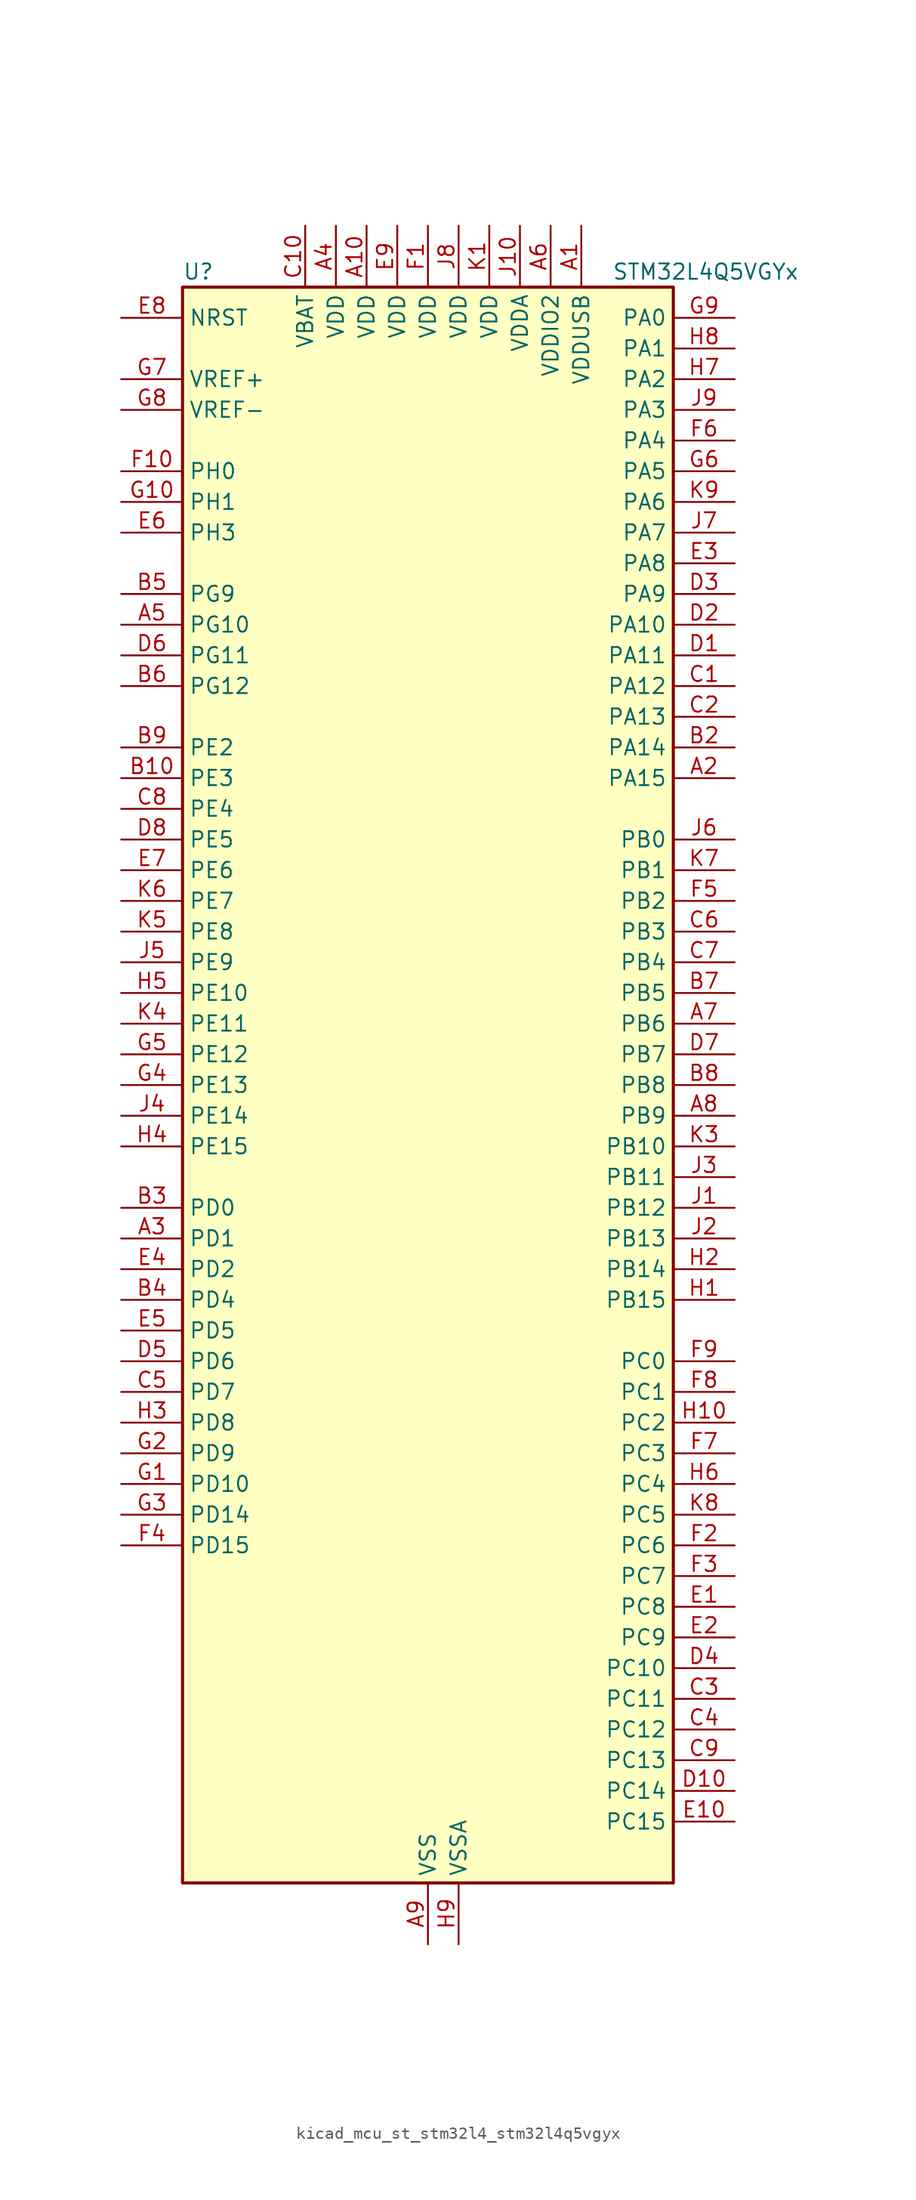
<source format=kicad_sym>
(kicad_symbol_lib
  (version 20220914)
  (generator kicad_symbol_editor)
  (symbol "kicad_mcu_st_stm32l4_stm32l4q5vgyx"
    (property "Reference" "U"
      (at -20.32 67.31 0)
      (effects (font (size 1.27 1.27)) (justify left)))
    (property "Value" "STM32L4Q5VGYx"
      (at 15.24 67.31 0)
      (effects (font (size 1.27 1.27)) (justify left)))
    (property "ki_locked" ""
      (at 0 0 0)
      (effects (font (size 1.27 1.27))))
    (symbol "kicad_mcu_st_stm32l4_stm32l4q5vgyx_0_1"
      (rectangle (start -20.32 -66.04) (end 20.32 66.04) (stroke (width 0.254) (type default)) (fill (type background))))
    (symbol "kicad_mcu_st_stm32l4_stm32l4q5vgyx_1_1"
      (pin power_in line (at 12.7 71.12 270) (length 5.08) (name "VDDUSB" (effects (font (size 1.27 1.27)))) (number "A1" (effects (font (size 1.27 1.27)))))
      (pin power_in line (at -5.08 71.12 270) (length 5.08) (name "VDD" (effects (font (size 1.27 1.27)))) (number "A10" (effects (font (size 1.27 1.27)))))
      (pin bidirectional line (at 25.4 25.4 180) (length 5.08) (name "PA15" (effects (font (size 1.27 1.27)))) (number "A2" (effects (font (size 1.27 1.27)))) (alternate "ADC1_EXTI15" bidirectional line) (alternate "ADC2_EXTI15" bidirectional line) (alternate "LTDC_HSYNC" bidirectional line) (alternate "SAI2_FS_B" bidirectional line) (alternate "SPI1_NSS" bidirectional line) (alternate "SPI3_NSS" bidirectional line) (alternate "SYS_JTDI" bidirectional line) (alternate "TIM2_CH1" bidirectional line) (alternate "TIM2_ETR" bidirectional line) (alternate "TSC_G3_IO1" bidirectional line) (alternate "UART4_DE" bidirectional line) (alternate "UART4_RTS" bidirectional line) (alternate "USART2_RX" bidirectional line) (alternate "USART3_DE" bidirectional line) (alternate "USART3_RTS" bidirectional line))
      (pin bidirectional line (at -25.4 -12.7 0) (length 5.08) (name "PD1" (effects (font (size 1.27 1.27)))) (number "A3" (effects (font (size 1.27 1.27)))) (alternate "CAN1_TX" bidirectional line) (alternate "FMC_D3" bidirectional line) (alternate "FMC_DA3" bidirectional line) (alternate "LTDC_B5" bidirectional line) (alternate "SPI2_SCK" bidirectional line))
      (pin power_in line (at -7.62 71.12 270) (length 5.08) (name "VDD" (effects (font (size 1.27 1.27)))) (number "A4" (effects (font (size 1.27 1.27)))))
      (pin bidirectional line (at -25.4 38.1 0) (length 5.08) (name "PG10" (effects (font (size 1.27 1.27)))) (number "A5" (effects (font (size 1.27 1.27)))) (alternate "FMC_NE3" bidirectional line) (alternate "LPTIM1_IN1" bidirectional line) (alternate "OCTOSPIM_P2_IO7" bidirectional line) (alternate "SAI2_FS_A" bidirectional line) (alternate "SDMMC2_D1" bidirectional line) (alternate "SPI3_MISO" bidirectional line) (alternate "TIM15_CH1" bidirectional line) (alternate "USART1_RX" bidirectional line))
      (pin power_in line (at 10.16 71.12 270) (length 5.08) (name "VDDIO2" (effects (font (size 1.27 1.27)))) (number "A6" (effects (font (size 1.27 1.27)))))
      (pin bidirectional line (at 25.4 5.08 180) (length 5.08) (name "PB6" (effects (font (size 1.27 1.27)))) (number "A7" (effects (font (size 1.27 1.27)))) (alternate "COMP2_INP" bidirectional line) (alternate "DCMI_D5" bidirectional line) (alternate "I2C1_SCL" bidirectional line) (alternate "I2C4_SCL" bidirectional line) (alternate "LPTIM1_ETR" bidirectional line) (alternate "LTDC_R6" bidirectional line) (alternate "PSSI_D5" bidirectional line) (alternate "SAI1_FS_B" bidirectional line) (alternate "TIM16_CH1N" bidirectional line) (alternate "TIM4_CH1" bidirectional line) (alternate "TIM8_BKIN2" bidirectional line) (alternate "TSC_G2_IO3" bidirectional line) (alternate "USART1_TX" bidirectional line))
      (pin bidirectional line (at 25.4 -2.54 180) (length 5.08) (name "PB9" (effects (font (size 1.27 1.27)))) (number "A8" (effects (font (size 1.27 1.27)))) (alternate "CAN1_TX" bidirectional line) (alternate "DAC1_EXTI9" bidirectional line) (alternate "DCMI_D7" bidirectional line) (alternate "I2C1_SDA" bidirectional line) (alternate "IR_OUT" bidirectional line) (alternate "PSSI_D7" bidirectional line) (alternate "SAI1_D2" bidirectional line) (alternate "SAI1_FS_A" bidirectional line) (alternate "SDMMC1_CDIR" bidirectional line) (alternate "SDMMC1_D5" bidirectional line) (alternate "SDMMC2_D5" bidirectional line) (alternate "SPI2_NSS" bidirectional line) (alternate "TIM17_CH1" bidirectional line) (alternate "TIM4_CH4" bidirectional line))
      (pin power_in line (at 0 -71.12 90) (length 5.08) (name "VSS" (effects (font (size 1.27 1.27)))) (number "A9" (effects (font (size 1.27 1.27)))))
      (pin passive line (at 0 -71.12 90) (length 5.08) hide (name "VSS" (effects (font (size 1.27 1.27)))) (number "B1" (effects (font (size 1.27 1.27)))))
      (pin bidirectional line (at -25.4 25.4 0) (length 5.08) (name "PE3" (effects (font (size 1.27 1.27)))) (number "B10" (effects (font (size 1.27 1.27)))) (alternate "FMC_A19" bidirectional line) (alternate "LTDC_R6" bidirectional line) (alternate "OCTOSPIM_P1_DQS" bidirectional line) (alternate "SAI1_SD_B" bidirectional line) (alternate "SYS_TRACED0" bidirectional line) (alternate "TIM3_CH1" bidirectional line) (alternate "TSC_G7_IO2" bidirectional line))
      (pin bidirectional line (at 25.4 27.94 180) (length 5.08) (name "PA14" (effects (font (size 1.27 1.27)))) (number "B2" (effects (font (size 1.27 1.27)))) (alternate "I2C1_SMBA" bidirectional line) (alternate "I2C4_SMBA" bidirectional line) (alternate "LPTIM1_OUT" bidirectional line) (alternate "SAI1_FS_B" bidirectional line) (alternate "SYS_JTCK-SWCLK" bidirectional line) (alternate "USB_OTG_FS_SOF" bidirectional line))
      (pin bidirectional line (at -25.4 -10.16 0) (length 5.08) (name "PD0" (effects (font (size 1.27 1.27)))) (number "B3" (effects (font (size 1.27 1.27)))) (alternate "CAN1_RX" bidirectional line) (alternate "FMC_D2" bidirectional line) (alternate "FMC_DA2" bidirectional line) (alternate "LTDC_B4" bidirectional line) (alternate "SPI2_NSS" bidirectional line))
      (pin bidirectional line (at -25.4 -17.78 0) (length 5.08) (name "PD4" (effects (font (size 1.27 1.27)))) (number "B4" (effects (font (size 1.27 1.27)))) (alternate "DFSDM1_CKIN0" bidirectional line) (alternate "FMC_NOE" bidirectional line) (alternate "OCTOSPIM_P1_IO4" bidirectional line) (alternate "SDMMC2_CKIN" bidirectional line) (alternate "SPI2_MOSI" bidirectional line) (alternate "USART2_DE" bidirectional line) (alternate "USART2_RTS" bidirectional line))
      (pin bidirectional line (at -25.4 40.64 0) (length 5.08) (name "PG9" (effects (font (size 1.27 1.27)))) (number "B5" (effects (font (size 1.27 1.27)))) (alternate "DAC1_EXTI9" bidirectional line) (alternate "FMC_NCE" bidirectional line) (alternate "FMC_NE2" bidirectional line) (alternate "OCTOSPIM_P2_IO6" bidirectional line) (alternate "SAI2_SCK_A" bidirectional line) (alternate "SDMMC2_D0" bidirectional line) (alternate "SPI3_SCK" bidirectional line) (alternate "TIM15_CH1N" bidirectional line) (alternate "USART1_TX" bidirectional line))
      (pin bidirectional line (at -25.4 33.02 0) (length 5.08) (name "PG12" (effects (font (size 1.27 1.27)))) (number "B6" (effects (font (size 1.27 1.27)))) (alternate "FMC_NE4" bidirectional line) (alternate "LPTIM1_ETR" bidirectional line) (alternate "OCTOSPIM_P2_NCS" bidirectional line) (alternate "SAI2_SD_A" bidirectional line) (alternate "SDMMC2_D3" bidirectional line) (alternate "SPI3_NSS" bidirectional line) (alternate "USART1_DE" bidirectional line) (alternate "USART1_RTS" bidirectional line))
      (pin bidirectional line (at 25.4 7.62 180) (length 5.08) (name "PB5" (effects (font (size 1.27 1.27)))) (number "B7" (effects (font (size 1.27 1.27)))) (alternate "COMP2_OUT" bidirectional line) (alternate "DCMI_D10" bidirectional line) (alternate "I2C1_SMBA" bidirectional line) (alternate "LPTIM1_IN1" bidirectional line) (alternate "OCTOSPIM_P1_IO0" bidirectional line) (alternate "PSSI_D10" bidirectional line) (alternate "SAI1_SD_B" bidirectional line) (alternate "SPI1_MOSI" bidirectional line) (alternate "SPI3_MOSI" bidirectional line) (alternate "TIM16_BKIN" bidirectional line) (alternate "TIM3_CH2" bidirectional line) (alternate "TSC_G2_IO2" bidirectional line) (alternate "UART5_CTS" bidirectional line) (alternate "USART1_CK" bidirectional line))
      (pin bidirectional line (at 25.4 0 180) (length 5.08) (name "PB8" (effects (font (size 1.27 1.27)))) (number "B8" (effects (font (size 1.27 1.27)))) (alternate "CAN1_RX" bidirectional line) (alternate "DCMI_D6" bidirectional line) (alternate "DFSDM1_CKOUT" bidirectional line) (alternate "I2C1_SCL" bidirectional line) (alternate "LTDC_DE" bidirectional line) (alternate "PSSI_D6" bidirectional line) (alternate "SAI1_CK1" bidirectional line) (alternate "SAI1_MCLK_A" bidirectional line) (alternate "SDMMC1_CKIN" bidirectional line) (alternate "SDMMC1_D4" bidirectional line) (alternate "SDMMC2_D4" bidirectional line) (alternate "TIM16_CH1" bidirectional line) (alternate "TIM4_CH3" bidirectional line))
      (pin bidirectional line (at -25.4 27.94 0) (length 5.08) (name "PE2" (effects (font (size 1.27 1.27)))) (number "B9" (effects (font (size 1.27 1.27)))) (alternate "FMC_A23" bidirectional line) (alternate "LTDC_R7" bidirectional line) (alternate "SAI1_CK1" bidirectional line) (alternate "SAI1_MCLK_A" bidirectional line) (alternate "SYS_TRACECLK" bidirectional line) (alternate "TIM3_ETR" bidirectional line) (alternate "TSC_G7_IO1" bidirectional line))
      (pin bidirectional line (at 25.4 33.02 180) (length 5.08) (name "PA12" (effects (font (size 1.27 1.27)))) (number "C1" (effects (font (size 1.27 1.27)))) (alternate "CAN1_TX" bidirectional line) (alternate "LTDC_VSYNC" bidirectional line) (alternate "OCTOSPIM_P2_NCS" bidirectional line) (alternate "SPI1_MOSI" bidirectional line) (alternate "TIM1_ETR" bidirectional line) (alternate "USART1_DE" bidirectional line) (alternate "USART1_RTS" bidirectional line) (alternate "USB_OTG_FS_DP" bidirectional line))
      (pin power_in line (at -10.16 71.12 270) (length 5.08) (name "VBAT" (effects (font (size 1.27 1.27)))) (number "C10" (effects (font (size 1.27 1.27)))))
      (pin bidirectional line (at 25.4 30.48 180) (length 5.08) (name "PA13" (effects (font (size 1.27 1.27)))) (number "C2" (effects (font (size 1.27 1.27)))) (alternate "IR_OUT" bidirectional line) (alternate "SAI1_SD_B" bidirectional line) (alternate "SYS_JTMS-SWDIO" bidirectional line) (alternate "USB_OTG_FS_NOE" bidirectional line))
      (pin bidirectional line (at 25.4 -50.8 180) (length 5.08) (name "PC11" (effects (font (size 1.27 1.27)))) (number "C3" (effects (font (size 1.27 1.27)))) (alternate "ADC1_EXTI11" bidirectional line) (alternate "ADC2_EXTI11" bidirectional line) (alternate "DCMI_D2" bidirectional line) (alternate "DCMI_D4" bidirectional line) (alternate "OCTOSPIM_P1_NCS" bidirectional line) (alternate "PSSI_D2" bidirectional line) (alternate "PSSI_D4" bidirectional line) (alternate "SAI2_MCLK_B" bidirectional line) (alternate "SDMMC1_D3" bidirectional line) (alternate "SPI3_MISO" bidirectional line) (alternate "TSC_G3_IO3" bidirectional line) (alternate "UART4_RX" bidirectional line) (alternate "USART3_RX" bidirectional line))
      (pin bidirectional line (at 25.4 -53.34 180) (length 5.08) (name "PC12" (effects (font (size 1.27 1.27)))) (number "C4" (effects (font (size 1.27 1.27)))) (alternate "DCMI_D9" bidirectional line) (alternate "LTDC_R6" bidirectional line) (alternate "PSSI_D9" bidirectional line) (alternate "SAI2_SD_B" bidirectional line) (alternate "SDMMC1_CK" bidirectional line) (alternate "SPI3_MOSI" bidirectional line) (alternate "SYS_TRACED3" bidirectional line) (alternate "TSC_G3_IO4" bidirectional line) (alternate "UART5_TX" bidirectional line) (alternate "USART3_CK" bidirectional line))
      (pin bidirectional line (at -25.4 -25.4 0) (length 5.08) (name "PD7" (effects (font (size 1.27 1.27)))) (number "C5" (effects (font (size 1.27 1.27)))) (alternate "DFSDM1_CKIN1" bidirectional line) (alternate "FMC_NCE" bidirectional line) (alternate "FMC_NE1" bidirectional line) (alternate "OCTOSPIM_P1_IO7" bidirectional line) (alternate "SDMMC2_CMD" bidirectional line) (alternate "USART2_CK" bidirectional line))
      (pin bidirectional line (at 25.4 12.7 180) (length 5.08) (name "PB3" (effects (font (size 1.27 1.27)))) (number "C6" (effects (font (size 1.27 1.27)))) (alternate "COMP2_INM" bidirectional line) (alternate "CRS_SYNC" bidirectional line) (alternate "OCTOSPIM_P1_IO4" bidirectional line) (alternate "SAI1_SCK_B" bidirectional line) (alternate "SDMMC2_D2" bidirectional line) (alternate "SPI1_SCK" bidirectional line) (alternate "SPI3_SCK" bidirectional line) (alternate "SYS_JTDO-SWO" bidirectional line) (alternate "TIM2_CH2" bidirectional line) (alternate "USART1_DE" bidirectional line) (alternate "USART1_RTS" bidirectional line))
      (pin bidirectional line (at 25.4 10.16 180) (length 5.08) (name "PB4" (effects (font (size 1.27 1.27)))) (number "C7" (effects (font (size 1.27 1.27)))) (alternate "COMP2_INP" bidirectional line) (alternate "DCMI_D12" bidirectional line) (alternate "I2C3_SDA" bidirectional line) (alternate "OCTOSPIM_P1_IO5" bidirectional line) (alternate "PSSI_D12" bidirectional line) (alternate "SAI1_MCLK_B" bidirectional line) (alternate "SDMMC2_D3" bidirectional line) (alternate "SPI1_MISO" bidirectional line) (alternate "SPI3_MISO" bidirectional line) (alternate "SYS_JTRST" bidirectional line) (alternate "TIM17_BKIN" bidirectional line) (alternate "TIM3_CH1" bidirectional line) (alternate "TSC_G2_IO1" bidirectional line) (alternate "UART5_DE" bidirectional line) (alternate "UART5_RTS" bidirectional line) (alternate "USART1_CTS" bidirectional line) (alternate "USART1_NSS" bidirectional line))
      (pin bidirectional line (at -25.4 22.86 0) (length 5.08) (name "PE4" (effects (font (size 1.27 1.27)))) (number "C8" (effects (font (size 1.27 1.27)))) (alternate "DCMI_D4" bidirectional line) (alternate "DFSDM1_DATIN3" bidirectional line) (alternate "FMC_A20" bidirectional line) (alternate "LTDC_B7" bidirectional line) (alternate "PSSI_D4" bidirectional line) (alternate "SAI1_D2" bidirectional line) (alternate "SAI1_FS_A" bidirectional line) (alternate "SYS_TRACED1" bidirectional line) (alternate "TIM3_CH2" bidirectional line) (alternate "TSC_G7_IO3" bidirectional line))
      (pin bidirectional line (at 25.4 -55.88 180) (length 5.08) (name "PC13" (effects (font (size 1.27 1.27)))) (number "C9" (effects (font (size 1.27 1.27)))) (alternate "RTC_OUT1" bidirectional line) (alternate "RTC_TAMP1" bidirectional line) (alternate "RTC_TS" bidirectional line) (alternate "SYS_WKUP2" bidirectional line))
      (pin bidirectional line (at 25.4 35.56 180) (length 5.08) (name "PA11" (effects (font (size 1.27 1.27)))) (number "D1" (effects (font (size 1.27 1.27)))) (alternate "ADC1_EXTI11" bidirectional line) (alternate "ADC2_EXTI11" bidirectional line) (alternate "CAN1_RX" bidirectional line) (alternate "LTDC_DE" bidirectional line) (alternate "SPI1_MISO" bidirectional line) (alternate "TIM1_BKIN2" bidirectional line) (alternate "TIM1_CH4" bidirectional line) (alternate "USART1_CTS" bidirectional line) (alternate "USART1_NSS" bidirectional line) (alternate "USB_OTG_FS_DM" bidirectional line))
      (pin bidirectional line (at 25.4 -58.42 180) (length 5.08) (name "PC14" (effects (font (size 1.27 1.27)))) (number "D10" (effects (font (size 1.27 1.27)))) (alternate "RCC_OSC32_IN" bidirectional line))
      (pin bidirectional line (at 25.4 38.1 180) (length 5.08) (name "PA10" (effects (font (size 1.27 1.27)))) (number "D2" (effects (font (size 1.27 1.27)))) (alternate "DCMI_D1" bidirectional line) (alternate "LTDC_G6" bidirectional line) (alternate "PSSI_D1" bidirectional line) (alternate "SAI1_D1" bidirectional line) (alternate "SAI1_SD_A" bidirectional line) (alternate "TIM17_BKIN" bidirectional line) (alternate "TIM1_CH3" bidirectional line) (alternate "USART1_RX" bidirectional line) (alternate "USB_OTG_FS_ID" bidirectional line))
      (pin bidirectional line (at 25.4 40.64 180) (length 5.08) (name "PA9" (effects (font (size 1.27 1.27)))) (number "D3" (effects (font (size 1.27 1.27)))) (alternate "DAC1_EXTI9" bidirectional line) (alternate "DCMI_D0" bidirectional line) (alternate "LTDC_G7" bidirectional line) (alternate "PSSI_D0" bidirectional line) (alternate "SAI1_FS_A" bidirectional line) (alternate "SPI2_SCK" bidirectional line) (alternate "TIM15_BKIN" bidirectional line) (alternate "TIM1_CH2" bidirectional line) (alternate "USART1_TX" bidirectional line) (alternate "USB_OTG_FS_VBUS" bidirectional line))
      (pin bidirectional line (at 25.4 -48.26 180) (length 5.08) (name "PC10" (effects (font (size 1.27 1.27)))) (number "D4" (effects (font (size 1.27 1.27)))) (alternate "DCMI_D8" bidirectional line) (alternate "DCMI_VSYNC" bidirectional line) (alternate "PSSI_D8" bidirectional line) (alternate "PSSI_RDY" bidirectional line) (alternate "SAI2_SCK_B" bidirectional line) (alternate "SDMMC1_D2" bidirectional line) (alternate "SPI3_SCK" bidirectional line) (alternate "SYS_TRACED1" bidirectional line) (alternate "TSC_G3_IO2" bidirectional line) (alternate "UART4_TX" bidirectional line) (alternate "USART3_TX" bidirectional line))
      (pin bidirectional line (at -25.4 -22.86 0) (length 5.08) (name "PD6" (effects (font (size 1.27 1.27)))) (number "D5" (effects (font (size 1.27 1.27)))) (alternate "DCMI_D10" bidirectional line) (alternate "DFSDM1_DATIN1" bidirectional line) (alternate "FMC_NWAIT" bidirectional line) (alternate "LTDC_DE" bidirectional line) (alternate "OCTOSPIM_P1_IO6" bidirectional line) (alternate "PSSI_D10" bidirectional line) (alternate "SAI1_D1" bidirectional line) (alternate "SAI1_SD_A" bidirectional line) (alternate "SDMMC2_CK" bidirectional line) (alternate "SPI3_MOSI" bidirectional line) (alternate "USART2_RX" bidirectional line))
      (pin bidirectional line (at -25.4 35.56 0) (length 5.08) (name "PG11" (effects (font (size 1.27 1.27)))) (number "D6" (effects (font (size 1.27 1.27)))) (alternate "ADC1_EXTI11" bidirectional line) (alternate "ADC2_EXTI11" bidirectional line) (alternate "LPTIM1_IN2" bidirectional line) (alternate "OCTOSPIM_P1_IO5" bidirectional line) (alternate "SAI2_MCLK_A" bidirectional line) (alternate "SDMMC2_D2" bidirectional line) (alternate "SPI3_MOSI" bidirectional line) (alternate "TIM15_CH2" bidirectional line) (alternate "USART1_CTS" bidirectional line) (alternate "USART1_NSS" bidirectional line))
      (pin bidirectional line (at 25.4 2.54 180) (length 5.08) (name "PB7" (effects (font (size 1.27 1.27)))) (number "D7" (effects (font (size 1.27 1.27)))) (alternate "COMP2_INM" bidirectional line) (alternate "DCMI_VSYNC" bidirectional line) (alternate "FMC_NL" bidirectional line) (alternate "I2C1_SDA" bidirectional line) (alternate "I2C4_SDA" bidirectional line) (alternate "LPTIM1_IN2" bidirectional line) (alternate "LTDC_VSYNC" bidirectional line) (alternate "PSSI_RDY" bidirectional line) (alternate "SYS_PVD_IN" bidirectional line) (alternate "TIM17_CH1N" bidirectional line) (alternate "TIM4_CH2" bidirectional line) (alternate "TIM8_BKIN" bidirectional line) (alternate "TSC_G2_IO4" bidirectional line) (alternate "UART4_CTS" bidirectional line) (alternate "USART1_RX" bidirectional line))
      (pin bidirectional line (at -25.4 20.32 0) (length 5.08) (name "PE5" (effects (font (size 1.27 1.27)))) (number "D8" (effects (font (size 1.27 1.27)))) (alternate "DCMI_D6" bidirectional line) (alternate "DFSDM1_CKIN3" bidirectional line) (alternate "FMC_A21" bidirectional line) (alternate "LTDC_G7" bidirectional line) (alternate "PSSI_D6" bidirectional line) (alternate "SAI1_CK2" bidirectional line) (alternate "SAI1_SCK_A" bidirectional line) (alternate "SYS_TRACED2" bidirectional line) (alternate "TIM3_CH3" bidirectional line) (alternate "TSC_G7_IO4" bidirectional line))
      (pin passive line (at 0 -71.12 90) (length 5.08) hide (name "VSS" (effects (font (size 1.27 1.27)))) (number "D9" (effects (font (size 1.27 1.27)))))
      (pin bidirectional line (at 25.4 -43.18 180) (length 5.08) (name "PC8" (effects (font (size 1.27 1.27)))) (number "E1" (effects (font (size 1.27 1.27)))) (alternate "DCMI_D2" bidirectional line) (alternate "PSSI_D2" bidirectional line) (alternate "SDMMC1_D0" bidirectional line) (alternate "TIM3_CH3" bidirectional line) (alternate "TIM8_CH3" bidirectional line) (alternate "TSC_G4_IO3" bidirectional line))
      (pin bidirectional line (at 25.4 -60.96 180) (length 5.08) (name "PC15" (effects (font (size 1.27 1.27)))) (number "E10" (effects (font (size 1.27 1.27)))) (alternate "ADC1_EXTI15" bidirectional line) (alternate "ADC2_EXTI15" bidirectional line) (alternate "RCC_OSC32_OUT" bidirectional line))
      (pin bidirectional line (at 25.4 -45.72 180) (length 5.08) (name "PC9" (effects (font (size 1.27 1.27)))) (number "E2" (effects (font (size 1.27 1.27)))) (alternate "DAC1_EXTI9" bidirectional line) (alternate "DCMI_D3" bidirectional line) (alternate "I2C3_SDA" bidirectional line) (alternate "PSSI_D3" bidirectional line) (alternate "SAI2_EXTCLK" bidirectional line) (alternate "SDMMC1_D1" bidirectional line) (alternate "SYS_TRACED0" bidirectional line) (alternate "TIM3_CH4" bidirectional line) (alternate "TIM8_BKIN2" bidirectional line) (alternate "TIM8_CH4" bidirectional line) (alternate "TSC_G4_IO4" bidirectional line) (alternate "USB_OTG_FS_NOE" bidirectional line))
      (pin bidirectional line (at 25.4 43.18 180) (length 5.08) (name "PA8" (effects (font (size 1.27 1.27)))) (number "E3" (effects (font (size 1.27 1.27)))) (alternate "LPTIM2_OUT" bidirectional line) (alternate "LTDC_B7" bidirectional line) (alternate "RCC_MCO" bidirectional line) (alternate "SAI1_CK2" bidirectional line) (alternate "SAI1_SCK_A" bidirectional line) (alternate "TIM1_CH1" bidirectional line) (alternate "USART1_CK" bidirectional line) (alternate "USB_OTG_FS_SOF" bidirectional line))
      (pin bidirectional line (at -25.4 -15.24 0) (length 5.08) (name "PD2" (effects (font (size 1.27 1.27)))) (number "E4" (effects (font (size 1.27 1.27)))) (alternate "DCMI_D11" bidirectional line) (alternate "PSSI_D11" bidirectional line) (alternate "SDMMC1_CMD" bidirectional line) (alternate "SYS_TRACED2" bidirectional line) (alternate "TIM3_ETR" bidirectional line) (alternate "TSC_SYNC" bidirectional line) (alternate "UART5_RX" bidirectional line) (alternate "USART3_DE" bidirectional line) (alternate "USART3_RTS" bidirectional line))
      (pin bidirectional line (at -25.4 -20.32 0) (length 5.08) (name "PD5" (effects (font (size 1.27 1.27)))) (number "E5" (effects (font (size 1.27 1.27)))) (alternate "FMC_NWE" bidirectional line) (alternate "OCTOSPIM_P1_IO5" bidirectional line) (alternate "USART2_TX" bidirectional line))
      (pin bidirectional line (at -25.4 45.72 0) (length 5.08) (name "PH3" (effects (font (size 1.27 1.27)))) (number "E6" (effects (font (size 1.27 1.27)))))
      (pin bidirectional line (at -25.4 17.78 0) (length 5.08) (name "PE6" (effects (font (size 1.27 1.27)))) (number "E7" (effects (font (size 1.27 1.27)))) (alternate "DCMI_D7" bidirectional line) (alternate "FMC_A22" bidirectional line) (alternate "LTDC_G6" bidirectional line) (alternate "PSSI_D7" bidirectional line) (alternate "RTC_TAMP3" bidirectional line) (alternate "SAI1_D1" bidirectional line) (alternate "SAI1_SD_A" bidirectional line) (alternate "SYS_TRACED3" bidirectional line) (alternate "SYS_WKUP3" bidirectional line) (alternate "TIM3_CH4" bidirectional line))
      (pin input line (at -25.4 63.5 0) (length 5.08) (name "NRST" (effects (font (size 1.27 1.27)))) (number "E8" (effects (font (size 1.27 1.27)))))
      (pin power_in line (at -2.54 71.12 270) (length 5.08) (name "VDD" (effects (font (size 1.27 1.27)))) (number "E9" (effects (font (size 1.27 1.27)))))
      (pin power_in line (at 0 71.12 270) (length 5.08) (name "VDD" (effects (font (size 1.27 1.27)))) (number "F1" (effects (font (size 1.27 1.27)))))
      (pin bidirectional line (at -25.4 50.8 0) (length 5.08) (name "PH0" (effects (font (size 1.27 1.27)))) (number "F10" (effects (font (size 1.27 1.27)))) (alternate "RCC_OSC_IN" bidirectional line))
      (pin bidirectional line (at 25.4 -38.1 180) (length 5.08) (name "PC6" (effects (font (size 1.27 1.27)))) (number "F2" (effects (font (size 1.27 1.27)))) (alternate "DCMI_D0" bidirectional line) (alternate "DFSDM1_CKIN3" bidirectional line) (alternate "LTDC_G7" bidirectional line) (alternate "PSSI_D0" bidirectional line) (alternate "SAI2_MCLK_A" bidirectional line) (alternate "SDMMC1_D0DIR" bidirectional line) (alternate "SDMMC1_D6" bidirectional line) (alternate "SDMMC2_D6" bidirectional line) (alternate "TIM3_CH1" bidirectional line) (alternate "TIM8_CH1" bidirectional line) (alternate "TSC_G4_IO1" bidirectional line))
      (pin bidirectional line (at 25.4 -40.64 180) (length 5.08) (name "PC7" (effects (font (size 1.27 1.27)))) (number "F3" (effects (font (size 1.27 1.27)))) (alternate "DCMI_D1" bidirectional line) (alternate "DFSDM1_DATIN3" bidirectional line) (alternate "LTDC_B6" bidirectional line) (alternate "PSSI_D1" bidirectional line) (alternate "SAI2_MCLK_B" bidirectional line) (alternate "SDMMC1_D123DIR" bidirectional line) (alternate "SDMMC1_D7" bidirectional line) (alternate "SDMMC2_D7" bidirectional line) (alternate "TIM3_CH2" bidirectional line) (alternate "TIM8_CH2" bidirectional line) (alternate "TSC_G4_IO2" bidirectional line))
      (pin bidirectional line (at -25.4 -38.1 0) (length 5.08) (name "PD15" (effects (font (size 1.27 1.27)))) (number "F4" (effects (font (size 1.27 1.27)))) (alternate "ADC1_EXTI15" bidirectional line) (alternate "ADC2_EXTI15" bidirectional line) (alternate "FMC_D1" bidirectional line) (alternate "FMC_DA1" bidirectional line) (alternate "LTDC_B3" bidirectional line) (alternate "TIM4_CH4" bidirectional line))
      (pin bidirectional line (at 25.4 15.24 180) (length 5.08) (name "PB2" (effects (font (size 1.27 1.27)))) (number "F5" (effects (font (size 1.27 1.27)))) (alternate "COMP1_INP" bidirectional line) (alternate "DFSDM1_CKIN0" bidirectional line) (alternate "I2C3_SMBA" bidirectional line) (alternate "LPTIM1_OUT" bidirectional line) (alternate "OCTOSPIM_P1_DQS" bidirectional line) (alternate "RTC_OUT2" bidirectional line))
      (pin bidirectional line (at 25.4 53.34 180) (length 5.08) (name "PA4" (effects (font (size 1.27 1.27)))) (number "F6" (effects (font (size 1.27 1.27)))) (alternate "ADC1_IN9" bidirectional line) (alternate "ADC2_IN9" bidirectional line) (alternate "DAC1_OUT1" bidirectional line) (alternate "DCMI_HSYNC" bidirectional line) (alternate "LPTIM2_OUT" bidirectional line) (alternate "LTDC_CLK" bidirectional line) (alternate "OCTOSPIM_P1_NCS" bidirectional line) (alternate "PSSI_DE" bidirectional line) (alternate "SAI1_FS_B" bidirectional line) (alternate "SPI1_NSS" bidirectional line) (alternate "SPI3_NSS" bidirectional line) (alternate "USART2_CK" bidirectional line))
      (pin bidirectional line (at 25.4 -30.48 180) (length 5.08) (name "PC3" (effects (font (size 1.27 1.27)))) (number "F7" (effects (font (size 1.27 1.27)))) (alternate "ADC1_IN4" bidirectional line) (alternate "ADC2_IN4" bidirectional line) (alternate "LPTIM1_ETR" bidirectional line) (alternate "LPTIM2_ETR" bidirectional line) (alternate "OCTOSPIM_P1_IO6" bidirectional line) (alternate "SAI1_D1" bidirectional line) (alternate "SAI1_SD_A" bidirectional line) (alternate "SPI2_MOSI" bidirectional line))
      (pin bidirectional line (at 25.4 -25.4 180) (length 5.08) (name "PC1" (effects (font (size 1.27 1.27)))) (number "F8" (effects (font (size 1.27 1.27)))) (alternate "ADC1_IN2" bidirectional line) (alternate "ADC2_IN2" bidirectional line) (alternate "I2C3_SDA" bidirectional line) (alternate "LPTIM1_OUT" bidirectional line) (alternate "LPUART1_TX" bidirectional line) (alternate "OCTOSPIM_P1_IO4" bidirectional line) (alternate "SAI1_SD_A" bidirectional line) (alternate "SPI2_MOSI" bidirectional line) (alternate "SYS_TRACED0" bidirectional line))
      (pin bidirectional line (at 25.4 -22.86 180) (length 5.08) (name "PC0" (effects (font (size 1.27 1.27)))) (number "F9" (effects (font (size 1.27 1.27)))) (alternate "ADC1_IN1" bidirectional line) (alternate "ADC2_IN1" bidirectional line) (alternate "I2C3_SCL" bidirectional line) (alternate "LPTIM1_IN1" bidirectional line) (alternate "LPTIM2_IN1" bidirectional line) (alternate "LPUART1_RX" bidirectional line) (alternate "LTDC_DE" bidirectional line) (alternate "SAI2_FS_A" bidirectional line) (alternate "SDMMC1_CMD" bidirectional line) (alternate "SDMMC2_CKIN" bidirectional line))
      (pin bidirectional line (at -25.4 -33.02 0) (length 5.08) (name "PD10" (effects (font (size 1.27 1.27)))) (number "G1" (effects (font (size 1.27 1.27)))) (alternate "FMC_D15" bidirectional line) (alternate "FMC_DA15" bidirectional line) (alternate "LTDC_R5" bidirectional line) (alternate "SAI2_SCK_A" bidirectional line) (alternate "USART3_CK" bidirectional line))
      (pin bidirectional line (at -25.4 48.26 0) (length 5.08) (name "PH1" (effects (font (size 1.27 1.27)))) (number "G10" (effects (font (size 1.27 1.27)))) (alternate "RCC_OSC_OUT" bidirectional line))
      (pin bidirectional line (at -25.4 -30.48 0) (length 5.08) (name "PD9" (effects (font (size 1.27 1.27)))) (number "G2" (effects (font (size 1.27 1.27)))) (alternate "DAC1_EXTI9" bidirectional line) (alternate "DCMI_PIXCLK" bidirectional line) (alternate "FMC_D14" bidirectional line) (alternate "FMC_DA14" bidirectional line) (alternate "LTDC_R4" bidirectional line) (alternate "PSSI_PDCK" bidirectional line) (alternate "SAI2_MCLK_A" bidirectional line) (alternate "USART3_RX" bidirectional line))
      (pin bidirectional line (at -25.4 -35.56 0) (length 5.08) (name "PD14" (effects (font (size 1.27 1.27)))) (number "G3" (effects (font (size 1.27 1.27)))) (alternate "FMC_D0" bidirectional line) (alternate "FMC_DA0" bidirectional line) (alternate "LTDC_B2" bidirectional line) (alternate "TIM4_CH3" bidirectional line))
      (pin bidirectional line (at -25.4 0 0) (length 5.08) (name "PE13" (effects (font (size 1.27 1.27)))) (number "G4" (effects (font (size 1.27 1.27)))) (alternate "FMC_D10" bidirectional line) (alternate "FMC_DA10" bidirectional line) (alternate "LTDC_G6" bidirectional line) (alternate "OCTOSPIM_P1_IO1" bidirectional line) (alternate "SPI1_SCK" bidirectional line) (alternate "TIM1_CH3" bidirectional line) (alternate "TSC_G5_IO4" bidirectional line))
      (pin bidirectional line (at -25.4 2.54 0) (length 5.08) (name "PE12" (effects (font (size 1.27 1.27)))) (number "G5" (effects (font (size 1.27 1.27)))) (alternate "FMC_D9" bidirectional line) (alternate "FMC_DA9" bidirectional line) (alternate "LTDC_G5" bidirectional line) (alternate "OCTOSPIM_P1_IO0" bidirectional line) (alternate "SPI1_NSS" bidirectional line) (alternate "TIM1_CH3N" bidirectional line) (alternate "TSC_G5_IO3" bidirectional line))
      (pin bidirectional line (at 25.4 50.8 180) (length 5.08) (name "PA5" (effects (font (size 1.27 1.27)))) (number "G6" (effects (font (size 1.27 1.27)))) (alternate "ADC1_IN10" bidirectional line) (alternate "ADC2_IN10" bidirectional line) (alternate "DAC1_OUT2" bidirectional line) (alternate "LPTIM2_ETR" bidirectional line) (alternate "LTDC_R7" bidirectional line) (alternate "PSSI_D14" bidirectional line) (alternate "SPI1_SCK" bidirectional line) (alternate "TIM2_CH1" bidirectional line) (alternate "TIM2_ETR" bidirectional line) (alternate "TIM8_CH1N" bidirectional line))
      (pin input line (at -25.4 58.42 0) (length 5.08) (name "VREF+" (effects (font (size 1.27 1.27)))) (number "G7" (effects (font (size 1.27 1.27)))) (alternate "VREFBUF_OUT" bidirectional line))
      (pin input line (at -25.4 55.88 0) (length 5.08) (name "VREF-" (effects (font (size 1.27 1.27)))) (number "G8" (effects (font (size 1.27 1.27)))))
      (pin bidirectional line (at 25.4 63.5 180) (length 5.08) (name "PA0" (effects (font (size 1.27 1.27)))) (number "G9" (effects (font (size 1.27 1.27)))) (alternate "ADC1_IN5" bidirectional line) (alternate "ADC2_IN5" bidirectional line) (alternate "OPAMP1_VINP" bidirectional line) (alternate "RTC_TAMP2" bidirectional line) (alternate "SAI1_EXTCLK" bidirectional line) (alternate "SYS_WKUP1" bidirectional line) (alternate "TIM2_CH1" bidirectional line) (alternate "TIM2_ETR" bidirectional line) (alternate "TIM5_CH1" bidirectional line) (alternate "TIM8_ETR" bidirectional line) (alternate "UART4_TX" bidirectional line) (alternate "USART2_CTS" bidirectional line) (alternate "USART2_NSS" bidirectional line))
      (pin bidirectional line (at 25.4 -17.78 180) (length 5.08) (name "PB15" (effects (font (size 1.27 1.27)))) (number "H1" (effects (font (size 1.27 1.27)))) (alternate "ADC1_EXTI15" bidirectional line) (alternate "ADC2_EXTI15" bidirectional line) (alternate "DFSDM1_CKIN2" bidirectional line) (alternate "OCTOSPIM_P1_IO7" bidirectional line) (alternate "RTC_REFIN" bidirectional line) (alternate "SAI2_SD_A" bidirectional line) (alternate "SDMMC2_D1" bidirectional line) (alternate "SPI2_MOSI" bidirectional line) (alternate "TIM15_CH2" bidirectional line) (alternate "TIM1_CH3N" bidirectional line) (alternate "TIM8_CH3N" bidirectional line) (alternate "TSC_G1_IO4" bidirectional line))
      (pin bidirectional line (at 25.4 -27.94 180) (length 5.08) (name "PC2" (effects (font (size 1.27 1.27)))) (number "H10" (effects (font (size 1.27 1.27)))) (alternate "ADC1_IN3" bidirectional line) (alternate "ADC2_IN3" bidirectional line) (alternate "DFSDM1_CKOUT" bidirectional line) (alternate "LPTIM1_IN2" bidirectional line) (alternate "LTDC_HSYNC" bidirectional line) (alternate "OCTOSPIM_P1_IO5" bidirectional line) (alternate "SPI2_MISO" bidirectional line))
      (pin bidirectional line (at 25.4 -15.24 180) (length 5.08) (name "PB14" (effects (font (size 1.27 1.27)))) (number "H2" (effects (font (size 1.27 1.27)))) (alternate "DFSDM1_DATIN2" bidirectional line) (alternate "I2C2_SDA" bidirectional line) (alternate "OCTOSPIM_P1_IO6" bidirectional line) (alternate "SAI2_MCLK_A" bidirectional line) (alternate "SDMMC2_D0" bidirectional line) (alternate "SPI2_MISO" bidirectional line) (alternate "TIM15_CH1" bidirectional line) (alternate "TIM1_CH2N" bidirectional line) (alternate "TIM8_CH2N" bidirectional line) (alternate "TSC_G1_IO3" bidirectional line) (alternate "USART3_DE" bidirectional line) (alternate "USART3_RTS" bidirectional line))
      (pin bidirectional line (at -25.4 -27.94 0) (length 5.08) (name "PD8" (effects (font (size 1.27 1.27)))) (number "H3" (effects (font (size 1.27 1.27)))) (alternate "DCMI_HSYNC" bidirectional line) (alternate "FMC_D13" bidirectional line) (alternate "FMC_DA13" bidirectional line) (alternate "LTDC_R3" bidirectional line) (alternate "PSSI_DE" bidirectional line) (alternate "USART3_TX" bidirectional line))
      (pin bidirectional line (at -25.4 -5.08 0) (length 5.08) (name "PE15" (effects (font (size 1.27 1.27)))) (number "H4" (effects (font (size 1.27 1.27)))) (alternate "ADC1_EXTI15" bidirectional line) (alternate "ADC2_EXTI15" bidirectional line) (alternate "FMC_D12" bidirectional line) (alternate "FMC_DA12" bidirectional line) (alternate "LTDC_R2" bidirectional line) (alternate "OCTOSPIM_P1_IO3" bidirectional line) (alternate "SPI1_MOSI" bidirectional line) (alternate "TIM1_BKIN" bidirectional line))
      (pin bidirectional line (at -25.4 7.62 0) (length 5.08) (name "PE10" (effects (font (size 1.27 1.27)))) (number "H5" (effects (font (size 1.27 1.27)))) (alternate "FMC_D7" bidirectional line) (alternate "FMC_DA7" bidirectional line) (alternate "LTDC_G3" bidirectional line) (alternate "OCTOSPIM_P1_CLK" bidirectional line) (alternate "SAI1_MCLK_B" bidirectional line) (alternate "TIM1_CH2N" bidirectional line) (alternate "TSC_G5_IO1" bidirectional line))
      (pin bidirectional line (at 25.4 -33.02 180) (length 5.08) (name "PC4" (effects (font (size 1.27 1.27)))) (number "H6" (effects (font (size 1.27 1.27)))) (alternate "ADC1_IN13" bidirectional line) (alternate "ADC2_IN13" bidirectional line) (alternate "COMP1_INM" bidirectional line) (alternate "OCTOSPIM_P1_IO7" bidirectional line) (alternate "OCTOSPIM_P2_NCS" bidirectional line) (alternate "USART3_TX" bidirectional line))
      (pin bidirectional line (at 25.4 58.42 180) (length 5.08) (name "PA2" (effects (font (size 1.27 1.27)))) (number "H7" (effects (font (size 1.27 1.27)))) (alternate "ADC1_IN7" bidirectional line) (alternate "ADC2_IN7" bidirectional line) (alternate "LPUART1_TX" bidirectional line) (alternate "OCTOSPIM_P1_NCS" bidirectional line) (alternate "RCC_LSCO" bidirectional line) (alternate "SAI2_EXTCLK" bidirectional line) (alternate "SYS_WKUP4" bidirectional line) (alternate "TIM15_CH1" bidirectional line) (alternate "TIM2_CH3" bidirectional line) (alternate "TIM5_CH3" bidirectional line) (alternate "USART2_TX" bidirectional line))
      (pin bidirectional line (at 25.4 60.96 180) (length 5.08) (name "PA1" (effects (font (size 1.27 1.27)))) (number "H8" (effects (font (size 1.27 1.27)))) (alternate "ADC1_IN6" bidirectional line) (alternate "ADC2_IN6" bidirectional line) (alternate "I2C1_SMBA" bidirectional line) (alternate "OCTOSPIM_P1_DQS" bidirectional line) (alternate "OPAMP1_VINM" bidirectional line) (alternate "SDMMC2_CMD" bidirectional line) (alternate "SPI1_SCK" bidirectional line) (alternate "TIM15_CH1N" bidirectional line) (alternate "TIM2_CH2" bidirectional line) (alternate "TIM5_CH2" bidirectional line) (alternate "UART4_RX" bidirectional line) (alternate "USART2_DE" bidirectional line) (alternate "USART2_RTS" bidirectional line))
      (pin power_in line (at 2.54 -71.12 90) (length 5.08) (name "VSSA" (effects (font (size 1.27 1.27)))) (number "H9" (effects (font (size 1.27 1.27)))))
      (pin bidirectional line (at 25.4 -10.16 180) (length 5.08) (name "PB12" (effects (font (size 1.27 1.27)))) (number "J1" (effects (font (size 1.27 1.27)))) (alternate "DFSDM1_DATIN1" bidirectional line) (alternate "I2C2_SMBA" bidirectional line) (alternate "LPUART1_DE" bidirectional line) (alternate "LPUART1_RTS" bidirectional line) (alternate "OCTOSPIM_P1_NCLK" bidirectional line) (alternate "SAI2_FS_A" bidirectional line) (alternate "SDMMC2_CK" bidirectional line) (alternate "SPI2_NSS" bidirectional line) (alternate "TIM15_BKIN" bidirectional line) (alternate "TIM1_BKIN" bidirectional line) (alternate "TSC_G1_IO1" bidirectional line) (alternate "USART3_CK" bidirectional line))
      (pin power_in line (at 7.62 71.12 270) (length 5.08) (name "VDDA" (effects (font (size 1.27 1.27)))) (number "J10" (effects (font (size 1.27 1.27)))))
      (pin bidirectional line (at 25.4 -12.7 180) (length 5.08) (name "PB13" (effects (font (size 1.27 1.27)))) (number "J2" (effects (font (size 1.27 1.27)))) (alternate "DFSDM1_CKIN1" bidirectional line) (alternate "I2C2_SCL" bidirectional line) (alternate "LPUART1_CTS" bidirectional line) (alternate "OCTOSPIM_P1_IO1" bidirectional line) (alternate "SAI2_SCK_A" bidirectional line) (alternate "SPI2_SCK" bidirectional line) (alternate "TIM15_CH1N" bidirectional line) (alternate "TIM1_CH1N" bidirectional line) (alternate "TSC_G1_IO2" bidirectional line) (alternate "USART3_CTS" bidirectional line) (alternate "USART3_NSS" bidirectional line))
      (pin bidirectional line (at 25.4 -7.62 180) (length 5.08) (name "PB11" (effects (font (size 1.27 1.27)))) (number "J3" (effects (font (size 1.27 1.27)))) (alternate "ADC1_EXTI11" bidirectional line) (alternate "ADC2_EXTI11" bidirectional line) (alternate "COMP2_OUT" bidirectional line) (alternate "I2C2_SDA" bidirectional line) (alternate "I2C4_SDA" bidirectional line) (alternate "LPUART1_TX" bidirectional line) (alternate "LTDC_VSYNC" bidirectional line) (alternate "OCTOSPIM_P1_NCS" bidirectional line) (alternate "TIM2_CH4" bidirectional line) (alternate "USART3_RX" bidirectional line))
      (pin bidirectional line (at -25.4 -2.54 0) (length 5.08) (name "PE14" (effects (font (size 1.27 1.27)))) (number "J4" (effects (font (size 1.27 1.27)))) (alternate "FMC_D11" bidirectional line) (alternate "FMC_DA11" bidirectional line) (alternate "LTDC_G7" bidirectional line) (alternate "OCTOSPIM_P1_IO2" bidirectional line) (alternate "SPI1_MISO" bidirectional line) (alternate "TIM1_BKIN2" bidirectional line) (alternate "TIM1_CH4" bidirectional line))
      (pin bidirectional line (at -25.4 10.16 0) (length 5.08) (name "PE9" (effects (font (size 1.27 1.27)))) (number "J5" (effects (font (size 1.27 1.27)))) (alternate "DAC1_EXTI9" bidirectional line) (alternate "DFSDM1_CKOUT" bidirectional line) (alternate "FMC_D6" bidirectional line) (alternate "FMC_DA6" bidirectional line) (alternate "LTDC_G2" bidirectional line) (alternate "OCTOSPIM_P1_NCLK" bidirectional line) (alternate "SAI1_FS_B" bidirectional line) (alternate "TIM1_CH1" bidirectional line))
      (pin bidirectional line (at 25.4 20.32 180) (length 5.08) (name "PB0" (effects (font (size 1.27 1.27)))) (number "J6" (effects (font (size 1.27 1.27)))) (alternate "ADC1_IN15" bidirectional line) (alternate "ADC2_IN15" bidirectional line) (alternate "COMP1_OUT" bidirectional line) (alternate "LTDC_B6" bidirectional line) (alternate "OCTOSPIM_P1_IO1" bidirectional line) (alternate "OPAMP2_VOUT" bidirectional line) (alternate "SAI1_EXTCLK" bidirectional line) (alternate "SPI1_NSS" bidirectional line) (alternate "TIM1_CH2N" bidirectional line) (alternate "TIM3_CH3" bidirectional line) (alternate "TIM8_CH2N" bidirectional line) (alternate "USART3_CK" bidirectional line))
      (pin bidirectional line (at 25.4 45.72 180) (length 5.08) (name "PA7" (effects (font (size 1.27 1.27)))) (number "J7" (effects (font (size 1.27 1.27)))) (alternate "ADC1_IN12" bidirectional line) (alternate "ADC2_IN12" bidirectional line) (alternate "I2C3_SCL" bidirectional line) (alternate "OCTOSPIM_P1_IO2" bidirectional line) (alternate "OPAMP2_VINM" bidirectional line) (alternate "SPI1_MOSI" bidirectional line) (alternate "TIM17_CH1" bidirectional line) (alternate "TIM1_CH1N" bidirectional line) (alternate "TIM3_CH2" bidirectional line) (alternate "TIM8_CH1N" bidirectional line))
      (pin power_in line (at 2.54 71.12 270) (length 5.08) (name "VDD" (effects (font (size 1.27 1.27)))) (number "J8" (effects (font (size 1.27 1.27)))))
      (pin bidirectional line (at 25.4 55.88 180) (length 5.08) (name "PA3" (effects (font (size 1.27 1.27)))) (number "J9" (effects (font (size 1.27 1.27)))) (alternate "ADC1_IN8" bidirectional line) (alternate "ADC2_IN8" bidirectional line) (alternate "LPUART1_RX" bidirectional line) (alternate "OCTOSPIM_P1_CLK" bidirectional line) (alternate "OPAMP1_VOUT" bidirectional line) (alternate "SAI1_CK1" bidirectional line) (alternate "SAI1_MCLK_A" bidirectional line) (alternate "TIM15_CH2" bidirectional line) (alternate "TIM2_CH4" bidirectional line) (alternate "TIM5_CH4" bidirectional line) (alternate "USART2_RX" bidirectional line))
      (pin power_in line (at 5.08 71.12 270) (length 5.08) (name "VDD" (effects (font (size 1.27 1.27)))) (number "K1" (effects (font (size 1.27 1.27)))))
      (pin passive line (at 0 -71.12 90) (length 5.08) hide (name "VSS" (effects (font (size 1.27 1.27)))) (number "K10" (effects (font (size 1.27 1.27)))))
      (pin passive line (at 0 -71.12 90) (length 5.08) hide (name "VSS" (effects (font (size 1.27 1.27)))) (number "K2" (effects (font (size 1.27 1.27)))))
      (pin bidirectional line (at 25.4 -5.08 180) (length 5.08) (name "PB10" (effects (font (size 1.27 1.27)))) (number "K3" (effects (font (size 1.27 1.27)))) (alternate "COMP1_OUT" bidirectional line) (alternate "I2C2_SCL" bidirectional line) (alternate "I2C4_SCL" bidirectional line) (alternate "LPUART1_RX" bidirectional line) (alternate "OCTOSPIM_P1_CLK" bidirectional line) (alternate "OCTOSPIM_P1_IO3" bidirectional line) (alternate "SAI1_SCK_A" bidirectional line) (alternate "SPI2_SCK" bidirectional line) (alternate "TIM2_CH3" bidirectional line) (alternate "TSC_SYNC" bidirectional line) (alternate "USART3_TX" bidirectional line))
      (pin bidirectional line (at -25.4 5.08 0) (length 5.08) (name "PE11" (effects (font (size 1.27 1.27)))) (number "K4" (effects (font (size 1.27 1.27)))) (alternate "ADC1_EXTI11" bidirectional line) (alternate "ADC2_EXTI11" bidirectional line) (alternate "FMC_D8" bidirectional line) (alternate "FMC_DA8" bidirectional line) (alternate "LTDC_G4" bidirectional line) (alternate "OCTOSPIM_P1_NCS" bidirectional line) (alternate "TIM1_CH2" bidirectional line) (alternate "TSC_G5_IO2" bidirectional line))
      (pin bidirectional line (at -25.4 12.7 0) (length 5.08) (name "PE8" (effects (font (size 1.27 1.27)))) (number "K5" (effects (font (size 1.27 1.27)))) (alternate "DFSDM1_CKIN2" bidirectional line) (alternate "FMC_D5" bidirectional line) (alternate "FMC_DA5" bidirectional line) (alternate "LTDC_B7" bidirectional line) (alternate "SAI1_SCK_B" bidirectional line) (alternate "TIM1_CH1N" bidirectional line))
      (pin bidirectional line (at -25.4 15.24 0) (length 5.08) (name "PE7" (effects (font (size 1.27 1.27)))) (number "K6" (effects (font (size 1.27 1.27)))) (alternate "DFSDM1_DATIN2" bidirectional line) (alternate "FMC_D4" bidirectional line) (alternate "FMC_DA4" bidirectional line) (alternate "LTDC_B6" bidirectional line) (alternate "SAI1_SD_B" bidirectional line) (alternate "TIM1_ETR" bidirectional line))
      (pin bidirectional line (at 25.4 17.78 180) (length 5.08) (name "PB1" (effects (font (size 1.27 1.27)))) (number "K7" (effects (font (size 1.27 1.27)))) (alternate "ADC1_IN16" bidirectional line) (alternate "ADC2_IN16" bidirectional line) (alternate "COMP1_INM" bidirectional line) (alternate "DFSDM1_DATIN0" bidirectional line) (alternate "LPTIM2_IN1" bidirectional line) (alternate "LPUART1_DE" bidirectional line) (alternate "LPUART1_RTS" bidirectional line) (alternate "LTDC_G6" bidirectional line) (alternate "OCTOSPIM_P1_IO0" bidirectional line) (alternate "TIM1_CH3N" bidirectional line) (alternate "TIM3_CH4" bidirectional line) (alternate "TIM8_CH3N" bidirectional line) (alternate "USART3_DE" bidirectional line) (alternate "USART3_RTS" bidirectional line))
      (pin bidirectional line (at 25.4 -35.56 180) (length 5.08) (name "PC5" (effects (font (size 1.27 1.27)))) (number "K8" (effects (font (size 1.27 1.27)))) (alternate "ADC1_IN14" bidirectional line) (alternate "ADC2_IN14" bidirectional line) (alternate "COMP1_INP" bidirectional line) (alternate "LTDC_CLK" bidirectional line) (alternate "PSSI_D15" bidirectional line) (alternate "SAI1_D3" bidirectional line) (alternate "SYS_WKUP5" bidirectional line) (alternate "USART3_RX" bidirectional line))
      (pin bidirectional line (at 25.4 48.26 180) (length 5.08) (name "PA6" (effects (font (size 1.27 1.27)))) (number "K9" (effects (font (size 1.27 1.27)))) (alternate "ADC1_IN11" bidirectional line) (alternate "ADC2_IN11" bidirectional line) (alternate "DCMI_PIXCLK" bidirectional line) (alternate "LPUART1_CTS" bidirectional line) (alternate "OCTOSPIM_P1_IO3" bidirectional line) (alternate "OPAMP2_VINP" bidirectional line) (alternate "PSSI_PDCK" bidirectional line) (alternate "SPI1_MISO" bidirectional line) (alternate "TIM16_CH1" bidirectional line) (alternate "TIM1_BKIN" bidirectional line) (alternate "TIM3_CH1" bidirectional line) (alternate "TIM8_BKIN" bidirectional line) (alternate "USART3_CTS" bidirectional line) (alternate "USART3_NSS" bidirectional line)))))
</source>
